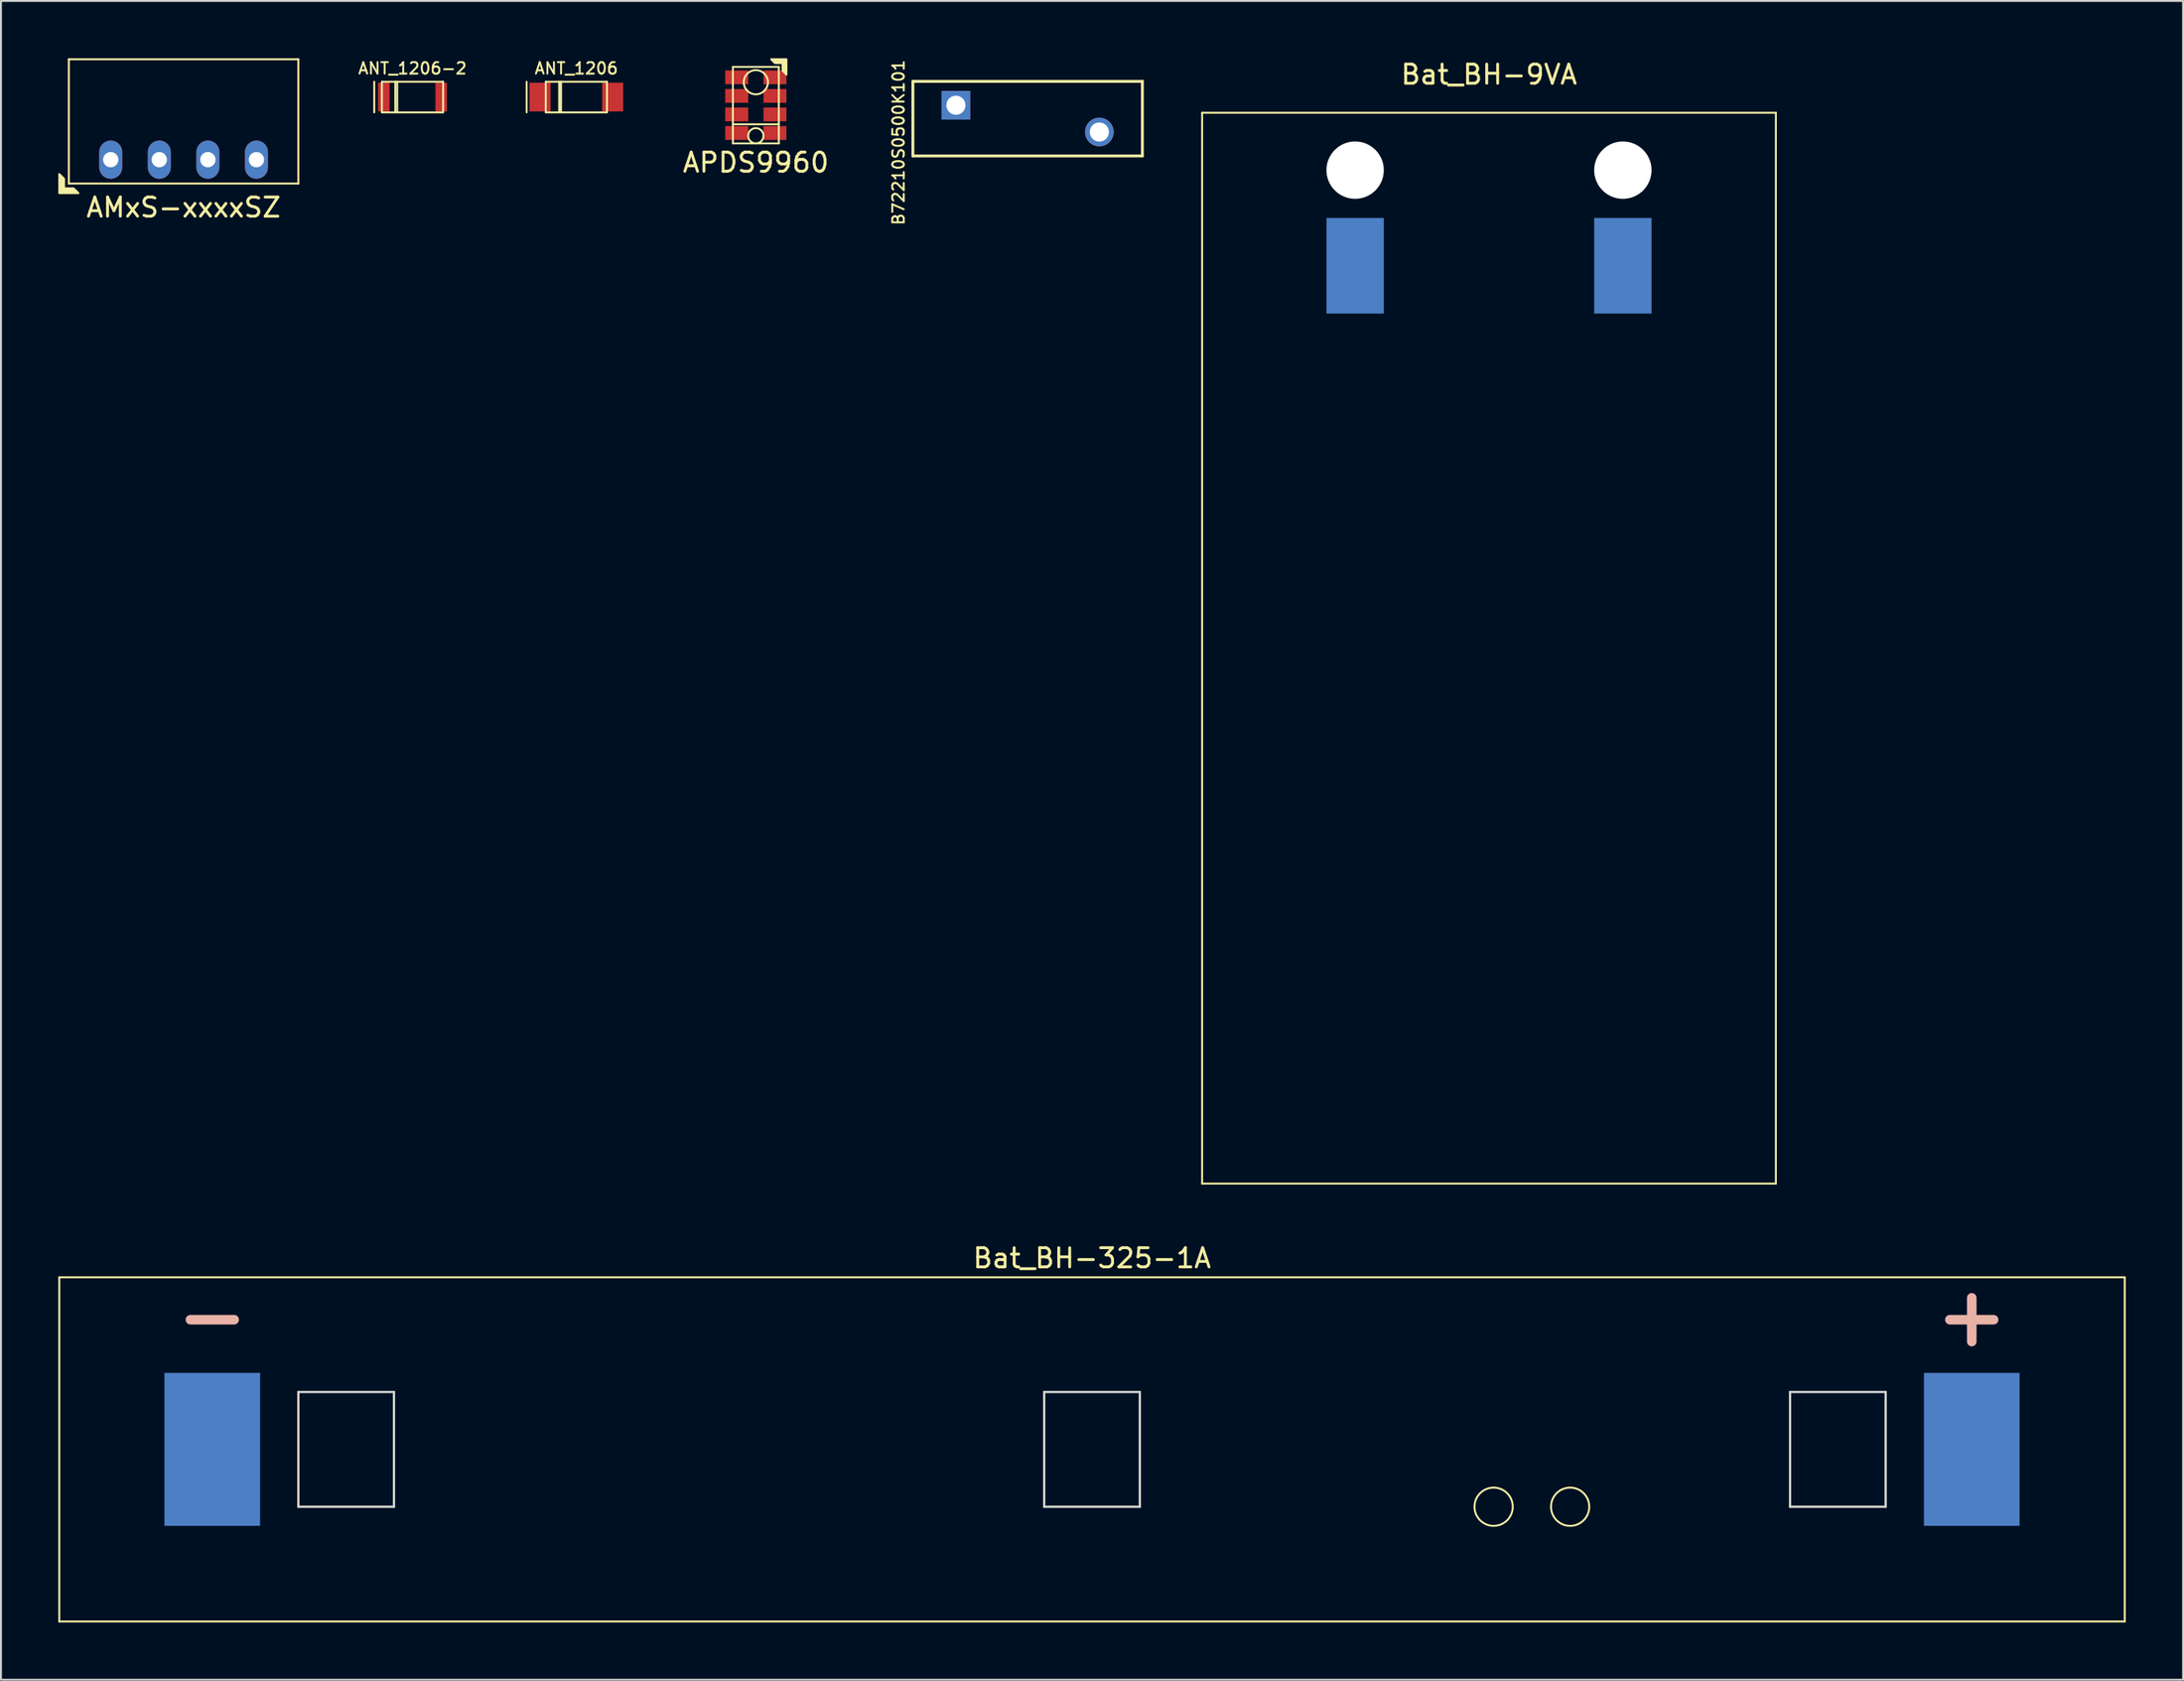
<source format=kicad_pcb>
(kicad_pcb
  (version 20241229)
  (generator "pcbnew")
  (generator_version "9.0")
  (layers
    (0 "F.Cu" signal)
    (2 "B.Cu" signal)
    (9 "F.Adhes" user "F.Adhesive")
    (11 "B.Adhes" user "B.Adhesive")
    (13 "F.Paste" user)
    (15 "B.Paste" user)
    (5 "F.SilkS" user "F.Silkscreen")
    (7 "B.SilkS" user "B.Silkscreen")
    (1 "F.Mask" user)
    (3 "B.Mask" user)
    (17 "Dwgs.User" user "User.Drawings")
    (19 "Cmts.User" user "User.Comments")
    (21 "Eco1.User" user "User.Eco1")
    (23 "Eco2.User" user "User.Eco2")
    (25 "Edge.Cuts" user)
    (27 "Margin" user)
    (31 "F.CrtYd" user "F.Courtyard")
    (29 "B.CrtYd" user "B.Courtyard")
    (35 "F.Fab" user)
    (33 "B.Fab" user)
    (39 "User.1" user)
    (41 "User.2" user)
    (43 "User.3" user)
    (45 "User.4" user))
  (footprint "Bat_BH-325-1A"
    (layer "F.Cu")
    (at 54.05 72.746)
    (property "Reference" "Bat_BH-325-1A" (at 0 -10 0) (unlocked yes) (layer "F.SilkS") (effects (font (size 1 1) (thickness 0.15))))
    (attr through_hole)
    (fp_line (start -54 -9) (end -54 9) (stroke (width 0.1) (type solid)) (layer "F.SilkS"))
    (fp_line (start -54 -9) (end 54 -9) (stroke (width 0.1) (type solid)) (layer "F.SilkS"))
    (fp_line (start 54 -9) (end 54 9) (stroke (width 0.1) (type solid)) (layer "F.SilkS"))
    (fp_line (start 54 9) (end -54 9) (stroke (width 0.1) (type solid)) (layer "F.SilkS"))
    (fp_circle (center 21 3) (end 22 3) (stroke (width 0.1) (type solid)) (fill no) (layer "F.SilkS"))
    (fp_circle (center 25 3) (end 26 3) (stroke (width 0.1) (type solid)) (fill no) (layer "F.SilkS"))
    (fp_line (start -41.5 -3) (end -36.5 -3) (stroke (width 0.12) (type solid)) (layer "Edge.Cuts"))
    (fp_line (start -41.5 3) (end -41.5 -3) (stroke (width 0.12) (type solid)) (layer "Edge.Cuts"))
    (fp_line (start -36.5 -3) (end -36.5 3) (stroke (width 0.12) (type solid)) (layer "Edge.Cuts"))
    (fp_line (start -36.5 3) (end -41.5 3) (stroke (width 0.12) (type solid)) (layer "Edge.Cuts"))
    (fp_line (start -2.5 -3) (end 2.5 -3) (stroke (width 0.12) (type solid)) (layer "Edge.Cuts"))
    (fp_line (start -2.5 3) (end -2.5 -3) (stroke (width 0.12) (type solid)) (layer "Edge.Cuts"))
    (fp_line (start 2.5 -3) (end 2.5 3) (stroke (width 0.12) (type solid)) (layer "Edge.Cuts"))
    (fp_line (start 2.5 3) (end -2.5 3) (stroke (width 0.12) (type solid)) (layer "Edge.Cuts"))
    (fp_line (start 36.5 -3) (end 41.5 -3) (stroke (width 0.12) (type solid)) (layer "Edge.Cuts"))
    (fp_line (start 36.5 3) (end 36.5 -3) (stroke (width 0.12) (type solid)) (layer "Edge.Cuts"))
    (fp_line (start 41.5 -3) (end 41.5 3) (stroke (width 0.12) (type solid)) (layer "Edge.Cuts"))
    (fp_line (start 41.5 3) (end 36.5 3) (stroke (width 0.12) (type solid)) (layer "Edge.Cuts"))
    (fp_text user "-" (at -46 -7 0) (unlocked yes) (layer "B.SilkS") (effects (font (size 3 3) (thickness 0.5))))
    (fp_text user "+" (at 46 -7 0) (unlocked yes) (layer "B.SilkS") (effects (font (size 3 3) (thickness 0.5))))
    (pad "1" smd rect (at 46 0) (size 5 8) (layers "B.Cu" "B.Mask" "B.Paste"))
    (pad "2" smd rect (at -46 0) (size 5 8) (layers "B.Cu" "B.Mask" "B.Paste")))
  (footprint "Bat_BH-9VA"
    (layer "F.Cu")
    (at 74.808 30.848)
    (property "Reference" "Bat_BH-9VA" (at 0 -30 0) (unlocked yes) (layer "F.SilkS") (effects (font (size 1 1) (thickness 0.15))))
    (attr through_hole)
    (fp_line (start -15 -28) (end 15 -28) (stroke (width 0.1) (type solid)) (layer "F.SilkS"))
    (fp_line (start -15 28) (end -15 -28) (stroke (width 0.1) (type solid)) (layer "F.SilkS"))
    (fp_line (start 15 -28) (end 15 28) (stroke (width 0.1) (type solid)) (layer "F.SilkS"))
    (fp_line (start 15 28) (end -15 28) (stroke (width 0.1) (type solid)) (layer "F.SilkS"))
    (pad "" np_thru_hole circle (at -7 -25) (size 3 3) (drill 4) (layers "*.Cu" "*.Mask"))
    (pad "" np_thru_hole circle (at 7 -25) (size 3 3) (drill 4) (layers "*.Cu" "*.Mask"))
    (pad "1" smd rect (at 7 -20) (size 3 5) (layers "B.Cu" "B.Mask"))
    (pad "2" smd rect (at -7 -20) (size 3 5) (layers "B.Cu" "B.Mask")))
  (footprint "AMxS-xxxxSZ"
    (layer "F.Cu")
    (at 6.55 3.3)
    (property "Reference" "AMxS-xxxxSZ" (at 0 4.5 0) (layer "F.SilkS") (effects (font (size 1 1) (thickness 0.15))))
    (attr through_hole)
    (fp_line (start -6 -3.25) (end 6 -3.25) (stroke (width 0.1) (type solid)) (layer "F.SilkS"))
    (fp_line (start -6 3.25) (end -6 -3.25) (stroke (width 0.1) (type solid)) (layer "F.SilkS"))
    (fp_line (start 6 -3.25) (end 6 3.25) (stroke (width 0.1) (type solid)) (layer "F.SilkS"))
    (fp_line (start 6 3.25) (end -6 3.25) (stroke (width 0.1) (type solid)) (layer "F.SilkS"))
    (fp_poly (pts (xy -6.25 3) (xy -6.25 3.5) (xy -5.75 3.5) (xy -5.5 3.75) (xy -6.5 3.75) (xy -6.5 2.75)) (stroke (width 0.1) (type solid)) (fill yes) (layer "F.SilkS"))
    (pad "1" thru_hole oval (at -3.81 2) (size 1.2 2) (drill 0.8) (layers "*.Cu" "*.Mask"))
    (pad "2" thru_hole oval (at -1.27 2) (size 1.2 2) (drill 0.8) (layers "*.Cu" "*.Mask"))
    (pad "3" thru_hole oval (at 1.27 2) (size 1.2 2) (drill 0.8) (layers "*.Cu" "*.Mask"))
    (pad "4" thru_hole oval (at 3.81 2) (size 1.2 2) (drill 0.8) (layers "*.Cu" "*.Mask")))
  (footprint "APDS9960"
    (layer "F.Cu")
    (at 36.472 2.45)
    (property "Reference" "APDS9960" (at 0 3 0) (layer "F.SilkS") (effects (font (size 1 1) (thickness 0.15))))
    (attr smd)
    (fp_line (start -1.2 -2) (end 1.2 -2) (stroke (width 0.1) (type solid)) (layer "F.SilkS"))
    (fp_line (start -1.2 1) (end 1.2 1) (stroke (width 0.1) (type solid)) (layer "F.SilkS"))
    (fp_line (start -1.2 2) (end -1.2 -2) (stroke (width 0.1) (type solid)) (layer "F.SilkS"))
    (fp_line (start 1.2 -2) (end 1.2 2) (stroke (width 0.1) (type solid)) (layer "F.SilkS"))
    (fp_line (start 1.2 2) (end -1.2 2) (stroke (width 0.1) (type solid)) (layer "F.SilkS"))
    (fp_circle (center 0 -1.2) (end 0.6 -1) (stroke (width 0.1) (type solid)) (fill no) (layer "F.SilkS"))
    (fp_circle (center 0 1.6) (end 0 2) (stroke (width 0.1) (type solid)) (fill no) (layer "F.SilkS"))
    (fp_poly (pts (xy 1.6 -1.6) (xy 1.4 -1.8) (xy 1.4 -2.2) (xy 1 -2.2) (xy 0.8 -2.4) (xy 1.6 -2.4)) (stroke (width 0.1) (type solid)) (fill yes) (layer "F.SilkS"))
    (pad "1" smd rect (at 1 -1.455) (size 1.2 0.72) (layers "F.Cu" "F.Mask" "F.Paste"))
    (pad "2" smd rect (at 1 -0.485) (size 1.2 0.72) (layers "F.Cu" "F.Mask" "F.Paste"))
    (pad "3" smd rect (at 1 0.485) (size 1.2 0.72) (layers "F.Cu" "F.Mask" "F.Paste"))
    (pad "4" smd rect (at 1 1.455) (size 1.2 0.72) (layers "F.Cu" "F.Mask" "F.Paste"))
    (pad "5" smd rect (at -1 1.455) (size 1.2 0.72) (layers "F.Cu" "F.Mask" "F.Paste"))
    (pad "6" smd rect (at -1 0.485) (size 1.2 0.72) (layers "F.Cu" "F.Mask" "F.Paste"))
    (pad "7" smd rect (at -1 -0.485) (size 1.2 0.72) (layers "F.Cu" "F.Mask" "F.Paste"))
    (pad "8" smd rect (at -1 -1.455) (size 1.2 0.72) (layers "F.Cu" "F.Mask" "F.Paste")))
  (footprint "ANT_1206"
    (layer "F.Cu")
    (at 27.087 2.026)
    (property "Reference" "ANT_1206" (at 0 -1.5 0) (layer "F.SilkS") (effects (font (size 0.6 0.6) (thickness 0.1))))
    (attr smd)
    (fp_line (start -2.6 -0.8) (end -2.6 0.8) (stroke (width 0.1) (type solid)) (layer "F.SilkS"))
    (fp_line (start -1.6 -0.8) (end -1.6 0.8) (stroke (width 0.1) (type solid)) (layer "F.SilkS"))
    (fp_line (start -1.6 0.8) (end 1.6 0.8) (stroke (width 0.1) (type solid)) (layer "F.SilkS"))
    (fp_line (start -0.9 -0.8) (end -0.9 0.8) (stroke (width 0.1) (type solid)) (layer "F.SilkS"))
    (fp_line (start -0.8 0.8) (end -0.8 -0.8) (stroke (width 0.1) (type solid)) (layer "F.SilkS"))
    (fp_line (start 1.6 -0.8) (end -1.6 -0.8) (stroke (width 0.1) (type solid)) (layer "F.SilkS"))
    (fp_line (start 1.6 0.8) (end 1.6 -0.8) (stroke (width 0.1) (type solid)) (layer "F.SilkS"))
    (pad "1" smd rect (at -1.9 0) (size 1.1 1.5) (layers "F.Cu" "F.Mask" "F.Paste"))
    (pad "2" smd rect (at 1.9 0) (size 1.1 1.5) (layers "F.Cu" "F.Mask" "F.Paste")))
  (footprint "ANT_1206-2"
    (layer "F.Cu")
    (at 18.519 2.026)
    (property "Reference" "ANT_1206-2" (at 0 -1.5 0) (layer "F.SilkS") (effects (font (size 0.6 0.6) (thickness 0.1))))
    (attr smd)
    (fp_line (start -2 -0.8) (end -2 0.8) (stroke (width 0.1) (type solid)) (layer "F.SilkS"))
    (fp_line (start -1.6 -0.8) (end -1.6 0.8) (stroke (width 0.1) (type solid)) (layer "F.SilkS"))
    (fp_line (start -1.6 0.8) (end 1.6 0.8) (stroke (width 0.1) (type solid)) (layer "F.SilkS"))
    (fp_line (start -0.9 -0.8) (end -0.9 0.8) (stroke (width 0.1) (type solid)) (layer "F.SilkS"))
    (fp_line (start -0.8 0.8) (end -0.8 -0.8) (stroke (width 0.1) (type solid)) (layer "F.SilkS"))
    (fp_line (start 1.6 -0.8) (end -1.6 -0.8) (stroke (width 0.1) (type solid)) (layer "F.SilkS"))
    (fp_line (start 1.6 0.8) (end 1.6 -0.8) (stroke (width 0.1) (type solid)) (layer "F.SilkS"))
    (pad "1" smd rect (at -1.5 0) (size 0.6 1.5) (layers "F.Cu" "F.Mask" "F.Paste"))
    (pad "2" smd rect (at 1.5 0) (size 0.6 1.5) (layers "F.Cu" "F.Mask" "F.Paste")))
  (footprint "B72210S0500K101"
    (layer "F.Cu")
    (at 46.933 2.454)
    (property "Reference" "B72210S0500K101" (at -3 1.95 90) (unlocked yes) (layer "F.SilkS") (effects (font (size 0.6 0.6) (thickness 0.1))))
    (attr through_hole)
    (fp_line (start -2.25 -1.25) (end 9.75 -1.25) (stroke (width 0.15) (type solid)) (layer "F.SilkS"))
    (fp_line (start -2.25 2.65) (end -2.25 -1.25) (stroke (width 0.15) (type solid)) (layer "F.SilkS"))
    (fp_line (start 9.75 -1.25) (end 9.75 2.65) (stroke (width 0.15) (type solid)) (layer "F.SilkS"))
    (fp_line (start 9.75 2.65) (end -2.25 2.65) (stroke (width 0.15) (type solid)) (layer "F.SilkS"))
    (pad "1" thru_hole rect (at 0 0) (size 1.5 1.5) (drill 1) (layers "*.Cu" "*.Mask"))
    (pad "2" thru_hole circle (at 7.5 1.4) (size 1.5 1.5) (drill 1) (layers "*.Cu" "*.Mask")))
  (gr_rect
    (start -3 -3)
    (end 111.1 84.796)
    (stroke (width 0.1) (type default))
    (fill no)
    (layer "Edge.Cuts")))
</source>
